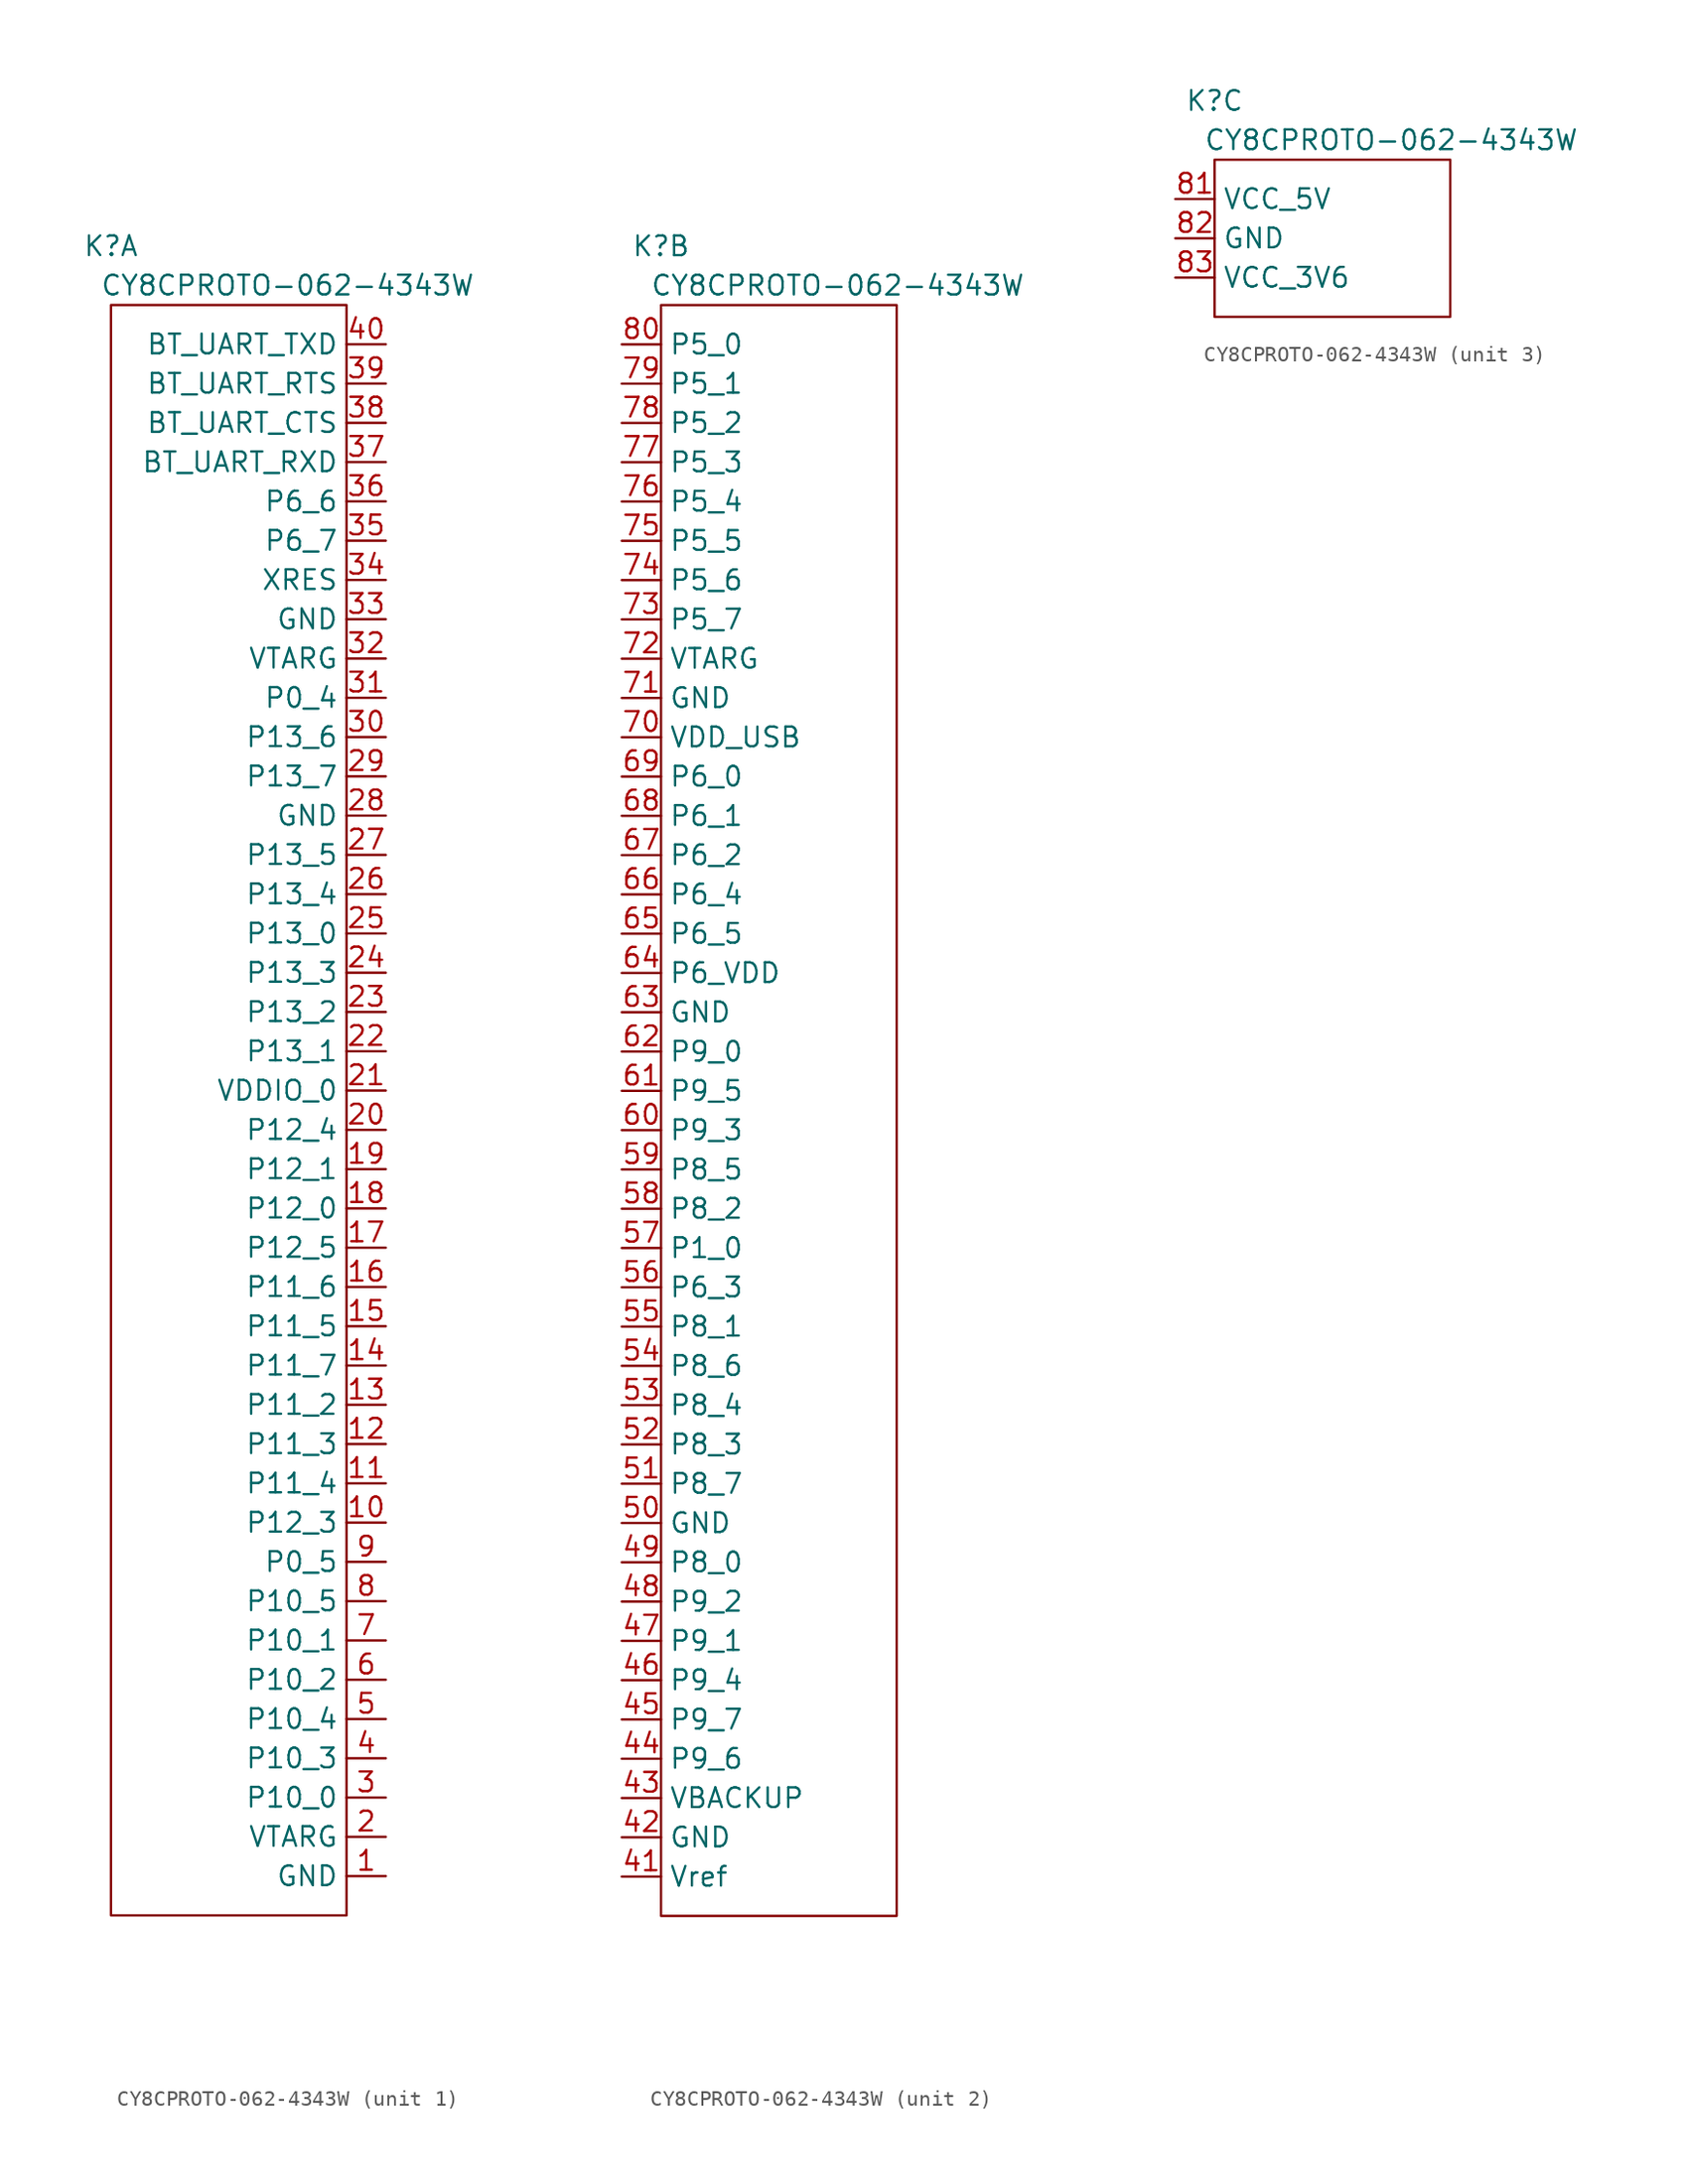
<source format=kicad_sym>
(kicad_symbol_lib
  (version 20220914)
  (generator kicad_symbol_editor)
  (symbol "CY8CPROTO-062-4343W"
    (property "Reference" "K"
      (at -7.62 55.88 0)
      (effects (font (size 1.27 1.27))))
    (property "Value" "CY8CPROTO-062-4343W"
      (at 3.81 53.34 0)
      (effects (font (size 1.27 1.27))))
    (property "ki_locked" ""
      (at 0 0 0)
      (effects (font (size 1.27 1.27))))
    (symbol "CY8CPROTO-062-4343W_1_1"
      (rectangle (start -7.62 52.07) (end 7.62 -52.07) (stroke (width 0) (type default)) (fill (type none)))
      (pin input line (at 10.16 -49.53 180) (length 2.54) (name "GND" (effects (font (size 1.27 1.27)))) (number "1" (effects (font (size 1.27 1.27)))))
      (pin input line (at 10.16 -26.67 180) (length 2.54) (name "P12_3" (effects (font (size 1.27 1.27)))) (number "10" (effects (font (size 1.27 1.27)))))
      (pin input line (at 10.16 -24.13 180) (length 2.54) (name "P11_4" (effects (font (size 1.27 1.27)))) (number "11" (effects (font (size 1.27 1.27)))))
      (pin input line (at 10.16 -21.59 180) (length 2.54) (name "P11_3" (effects (font (size 1.27 1.27)))) (number "12" (effects (font (size 1.27 1.27)))))
      (pin input line (at 10.16 -19.05 180) (length 2.54) (name "P11_2" (effects (font (size 1.27 1.27)))) (number "13" (effects (font (size 1.27 1.27)))))
      (pin input line (at 10.16 -16.51 180) (length 2.54) (name "P11_7" (effects (font (size 1.27 1.27)))) (number "14" (effects (font (size 1.27 1.27)))))
      (pin input line (at 10.16 -13.97 180) (length 2.54) (name "P11_5" (effects (font (size 1.27 1.27)))) (number "15" (effects (font (size 1.27 1.27)))))
      (pin input line (at 10.16 -11.43 180) (length 2.54) (name "P11_6" (effects (font (size 1.27 1.27)))) (number "16" (effects (font (size 1.27 1.27)))))
      (pin input line (at 10.16 -8.89 180) (length 2.54) (name "P12_5" (effects (font (size 1.27 1.27)))) (number "17" (effects (font (size 1.27 1.27)))))
      (pin input line (at 10.16 -6.35 180) (length 2.54) (name "P12_0" (effects (font (size 1.27 1.27)))) (number "18" (effects (font (size 1.27 1.27)))))
      (pin input line (at 10.16 -3.81 180) (length 2.54) (name "P12_1" (effects (font (size 1.27 1.27)))) (number "19" (effects (font (size 1.27 1.27)))))
      (pin input line (at 10.16 -46.99 180) (length 2.54) (name "VTARG" (effects (font (size 1.27 1.27)))) (number "2" (effects (font (size 1.27 1.27)))))
      (pin input line (at 10.16 -1.27 180) (length 2.54) (name "P12_4" (effects (font (size 1.27 1.27)))) (number "20" (effects (font (size 1.27 1.27)))))
      (pin input line (at 10.16 1.27 180) (length 2.54) (name "VDDIO_0" (effects (font (size 1.27 1.27)))) (number "21" (effects (font (size 1.27 1.27)))))
      (pin input line (at 10.16 3.81 180) (length 2.54) (name "P13_1" (effects (font (size 1.27 1.27)))) (number "22" (effects (font (size 1.27 1.27)))))
      (pin input line (at 10.16 6.35 180) (length 2.54) (name "P13_2" (effects (font (size 1.27 1.27)))) (number "23" (effects (font (size 1.27 1.27)))))
      (pin input line (at 10.16 8.89 180) (length 2.54) (name "P13_3" (effects (font (size 1.27 1.27)))) (number "24" (effects (font (size 1.27 1.27)))))
      (pin input line (at 10.16 11.43 180) (length 2.54) (name "P13_0" (effects (font (size 1.27 1.27)))) (number "25" (effects (font (size 1.27 1.27)))))
      (pin input line (at 10.16 13.97 180) (length 2.54) (name "P13_4" (effects (font (size 1.27 1.27)))) (number "26" (effects (font (size 1.27 1.27)))))
      (pin input line (at 10.16 16.51 180) (length 2.54) (name "P13_5" (effects (font (size 1.27 1.27)))) (number "27" (effects (font (size 1.27 1.27)))))
      (pin input line (at 10.16 19.05 180) (length 2.54) (name "GND" (effects (font (size 1.27 1.27)))) (number "28" (effects (font (size 1.27 1.27)))))
      (pin input line (at 10.16 21.59 180) (length 2.54) (name "P13_7" (effects (font (size 1.27 1.27)))) (number "29" (effects (font (size 1.27 1.27)))))
      (pin input line (at 10.16 -44.45 180) (length 2.54) (name "P10_0" (effects (font (size 1.27 1.27)))) (number "3" (effects (font (size 1.27 1.27)))))
      (pin input line (at 10.16 24.13 180) (length 2.54) (name "P13_6" (effects (font (size 1.27 1.27)))) (number "30" (effects (font (size 1.27 1.27)))))
      (pin input line (at 10.16 26.67 180) (length 2.54) (name "P0_4" (effects (font (size 1.27 1.27)))) (number "31" (effects (font (size 1.27 1.27)))))
      (pin input line (at 10.16 29.21 180) (length 2.54) (name "VTARG" (effects (font (size 1.27 1.27)))) (number "32" (effects (font (size 1.27 1.27)))))
      (pin input line (at 10.16 31.75 180) (length 2.54) (name "GND" (effects (font (size 1.27 1.27)))) (number "33" (effects (font (size 1.27 1.27)))))
      (pin input line (at 10.16 34.29 180) (length 2.54) (name "XRES" (effects (font (size 1.27 1.27)))) (number "34" (effects (font (size 1.27 1.27)))))
      (pin input line (at 10.16 36.83 180) (length 2.54) (name "P6_7" (effects (font (size 1.27 1.27)))) (number "35" (effects (font (size 1.27 1.27)))))
      (pin input line (at 10.16 39.37 180) (length 2.54) (name "P6_6" (effects (font (size 1.27 1.27)))) (number "36" (effects (font (size 1.27 1.27)))))
      (pin input line (at 10.16 41.91 180) (length 2.54) (name "BT_UART_RXD" (effects (font (size 1.27 1.27)))) (number "37" (effects (font (size 1.27 1.27)))))
      (pin input line (at 10.16 44.45 180) (length 2.54) (name "BT_UART_CTS" (effects (font (size 1.27 1.27)))) (number "38" (effects (font (size 1.27 1.27)))))
      (pin input line (at 10.16 46.99 180) (length 2.54) (name "BT_UART_RTS" (effects (font (size 1.27 1.27)))) (number "39" (effects (font (size 1.27 1.27)))))
      (pin input line (at 10.16 -41.91 180) (length 2.54) (name "P10_3" (effects (font (size 1.27 1.27)))) (number "4" (effects (font (size 1.27 1.27)))))
      (pin input line (at 10.16 49.53 180) (length 2.54) (name "BT_UART_TXD" (effects (font (size 1.27 1.27)))) (number "40" (effects (font (size 1.27 1.27)))))
      (pin input line (at 10.16 -39.37 180) (length 2.54) (name "P10_4" (effects (font (size 1.27 1.27)))) (number "5" (effects (font (size 1.27 1.27)))))
      (pin input line (at 10.16 -36.83 180) (length 2.54) (name "P10_2" (effects (font (size 1.27 1.27)))) (number "6" (effects (font (size 1.27 1.27)))))
      (pin input line (at 10.16 -34.29 180) (length 2.54) (name "P10_1" (effects (font (size 1.27 1.27)))) (number "7" (effects (font (size 1.27 1.27)))))
      (pin input line (at 10.16 -31.75 180) (length 2.54) (name "P10_5" (effects (font (size 1.27 1.27)))) (number "8" (effects (font (size 1.27 1.27)))))
      (pin input line (at 10.16 -29.21 180) (length 2.54) (name "P0_5" (effects (font (size 1.27 1.27)))) (number "9" (effects (font (size 1.27 1.27))))))
    (symbol "CY8CPROTO-062-4343W_2_1"
      (rectangle (start -7.62 52.07) (end 7.62 -52.07) (stroke (width 0) (type default)) (fill (type none)))
      (pin input line (at -10.16 -49.53 0) (length 2.54) (name "Vref" (effects (font (size 1.27 1.27)))) (number "41" (effects (font (size 1.27 1.27)))))
      (pin input line (at -10.16 -46.99 0) (length 2.54) (name "GND" (effects (font (size 1.27 1.27)))) (number "42" (effects (font (size 1.27 1.27)))))
      (pin input line (at -10.16 -44.45 0) (length 2.54) (name "VBACKUP" (effects (font (size 1.27 1.27)))) (number "43" (effects (font (size 1.27 1.27)))))
      (pin input line (at -10.16 -41.91 0) (length 2.54) (name "P9_6" (effects (font (size 1.27 1.27)))) (number "44" (effects (font (size 1.27 1.27)))))
      (pin input line (at -10.16 -39.37 0) (length 2.54) (name "P9_7" (effects (font (size 1.27 1.27)))) (number "45" (effects (font (size 1.27 1.27)))))
      (pin input line (at -10.16 -36.83 0) (length 2.54) (name "P9_4" (effects (font (size 1.27 1.27)))) (number "46" (effects (font (size 1.27 1.27)))))
      (pin input line (at -10.16 -34.29 0) (length 2.54) (name "P9_1" (effects (font (size 1.27 1.27)))) (number "47" (effects (font (size 1.27 1.27)))))
      (pin input line (at -10.16 -31.75 0) (length 2.54) (name "P9_2" (effects (font (size 1.27 1.27)))) (number "48" (effects (font (size 1.27 1.27)))))
      (pin input line (at -10.16 -29.21 0) (length 2.54) (name "P8_0" (effects (font (size 1.27 1.27)))) (number "49" (effects (font (size 1.27 1.27)))))
      (pin input line (at -10.16 -26.67 0) (length 2.54) (name "GND" (effects (font (size 1.27 1.27)))) (number "50" (effects (font (size 1.27 1.27)))))
      (pin input line (at -10.16 -24.13 0) (length 2.54) (name "P8_7" (effects (font (size 1.27 1.27)))) (number "51" (effects (font (size 1.27 1.27)))))
      (pin input line (at -10.16 -21.59 0) (length 2.54) (name "P8_3" (effects (font (size 1.27 1.27)))) (number "52" (effects (font (size 1.27 1.27)))))
      (pin input line (at -10.16 -19.05 0) (length 2.54) (name "P8_4" (effects (font (size 1.27 1.27)))) (number "53" (effects (font (size 1.27 1.27)))))
      (pin input line (at -10.16 -16.51 0) (length 2.54) (name "P8_6" (effects (font (size 1.27 1.27)))) (number "54" (effects (font (size 1.27 1.27)))))
      (pin input line (at -10.16 -13.97 0) (length 2.54) (name "P8_1" (effects (font (size 1.27 1.27)))) (number "55" (effects (font (size 1.27 1.27)))))
      (pin input line (at -10.16 -11.43 0) (length 2.54) (name "P6_3" (effects (font (size 1.27 1.27)))) (number "56" (effects (font (size 1.27 1.27)))))
      (pin input line (at -10.16 -8.89 0) (length 2.54) (name "P1_0" (effects (font (size 1.27 1.27)))) (number "57" (effects (font (size 1.27 1.27)))))
      (pin input line (at -10.16 -6.35 0) (length 2.54) (name "P8_2" (effects (font (size 1.27 1.27)))) (number "58" (effects (font (size 1.27 1.27)))))
      (pin input line (at -10.16 -3.81 0) (length 2.54) (name "P8_5" (effects (font (size 1.27 1.27)))) (number "59" (effects (font (size 1.27 1.27)))))
      (pin input line (at -10.16 -1.27 0) (length 2.54) (name "P9_3" (effects (font (size 1.27 1.27)))) (number "60" (effects (font (size 1.27 1.27)))))
      (pin input line (at -10.16 1.27 0) (length 2.54) (name "P9_5" (effects (font (size 1.27 1.27)))) (number "61" (effects (font (size 1.27 1.27)))))
      (pin input line (at -10.16 3.81 0) (length 2.54) (name "P9_0" (effects (font (size 1.27 1.27)))) (number "62" (effects (font (size 1.27 1.27)))))
      (pin input line (at -10.16 6.35 0) (length 2.54) (name "GND" (effects (font (size 1.27 1.27)))) (number "63" (effects (font (size 1.27 1.27)))))
      (pin input line (at -10.16 8.89 0) (length 2.54) (name "P6_VDD" (effects (font (size 1.27 1.27)))) (number "64" (effects (font (size 1.27 1.27)))))
      (pin input line (at -10.16 11.43 0) (length 2.54) (name "P6_5" (effects (font (size 1.27 1.27)))) (number "65" (effects (font (size 1.27 1.27)))))
      (pin input line (at -10.16 13.97 0) (length 2.54) (name "P6_4" (effects (font (size 1.27 1.27)))) (number "66" (effects (font (size 1.27 1.27)))))
      (pin input line (at -10.16 16.51 0) (length 2.54) (name "P6_2" (effects (font (size 1.27 1.27)))) (number "67" (effects (font (size 1.27 1.27)))))
      (pin input line (at -10.16 19.05 0) (length 2.54) (name "P6_1" (effects (font (size 1.27 1.27)))) (number "68" (effects (font (size 1.27 1.27)))))
      (pin input line (at -10.16 21.59 0) (length 2.54) (name "P6_0" (effects (font (size 1.27 1.27)))) (number "69" (effects (font (size 1.27 1.27)))))
      (pin input line (at -10.16 24.13 0) (length 2.54) (name "VDD_USB" (effects (font (size 1.27 1.27)))) (number "70" (effects (font (size 1.27 1.27)))))
      (pin input line (at -10.16 26.67 0) (length 2.54) (name "GND" (effects (font (size 1.27 1.27)))) (number "71" (effects (font (size 1.27 1.27)))))
      (pin input line (at -10.16 29.21 0) (length 2.54) (name "VTARG" (effects (font (size 1.27 1.27)))) (number "72" (effects (font (size 1.27 1.27)))))
      (pin input line (at -10.16 31.75 0) (length 2.54) (name "P5_7" (effects (font (size 1.27 1.27)))) (number "73" (effects (font (size 1.27 1.27)))))
      (pin input line (at -10.16 34.29 0) (length 2.54) (name "P5_6" (effects (font (size 1.27 1.27)))) (number "74" (effects (font (size 1.27 1.27)))))
      (pin input line (at -10.16 36.83 0) (length 2.54) (name "P5_5" (effects (font (size 1.27 1.27)))) (number "75" (effects (font (size 1.27 1.27)))))
      (pin input line (at -10.16 39.37 0) (length 2.54) (name "P5_4" (effects (font (size 1.27 1.27)))) (number "76" (effects (font (size 1.27 1.27)))))
      (pin input line (at -10.16 41.91 0) (length 2.54) (name "P5_3" (effects (font (size 1.27 1.27)))) (number "77" (effects (font (size 1.27 1.27)))))
      (pin input line (at -10.16 44.45 0) (length 2.54) (name "P5_2" (effects (font (size 1.27 1.27)))) (number "78" (effects (font (size 1.27 1.27)))))
      (pin input line (at -10.16 46.99 0) (length 2.54) (name "P5_1" (effects (font (size 1.27 1.27)))) (number "79" (effects (font (size 1.27 1.27)))))
      (pin input line (at -10.16 49.53 0) (length 2.54) (name "P5_0" (effects (font (size 1.27 1.27)))) (number "80" (effects (font (size 1.27 1.27))))))
    (symbol "CY8CPROTO-062-4343W_3_1"
      (rectangle (start -7.62 52.07) (end 7.62 41.91) (stroke (width 0) (type default)) (fill (type none)))
      (pin input line (at -10.16 49.53 0) (length 2.54) (name "VCC_5V" (effects (font (size 1.27 1.27)))) (number "81" (effects (font (size 1.27 1.27)))))
      (pin input line (at -10.16 46.99 0) (length 2.54) (name "GND" (effects (font (size 1.27 1.27)))) (number "82" (effects (font (size 1.27 1.27)))))
      (pin input line (at -10.16 44.45 0) (length 2.54) (name "VCC_3V6" (effects (font (size 1.27 1.27)))) (number "83" (effects (font (size 1.27 1.27))))))))
</source>
